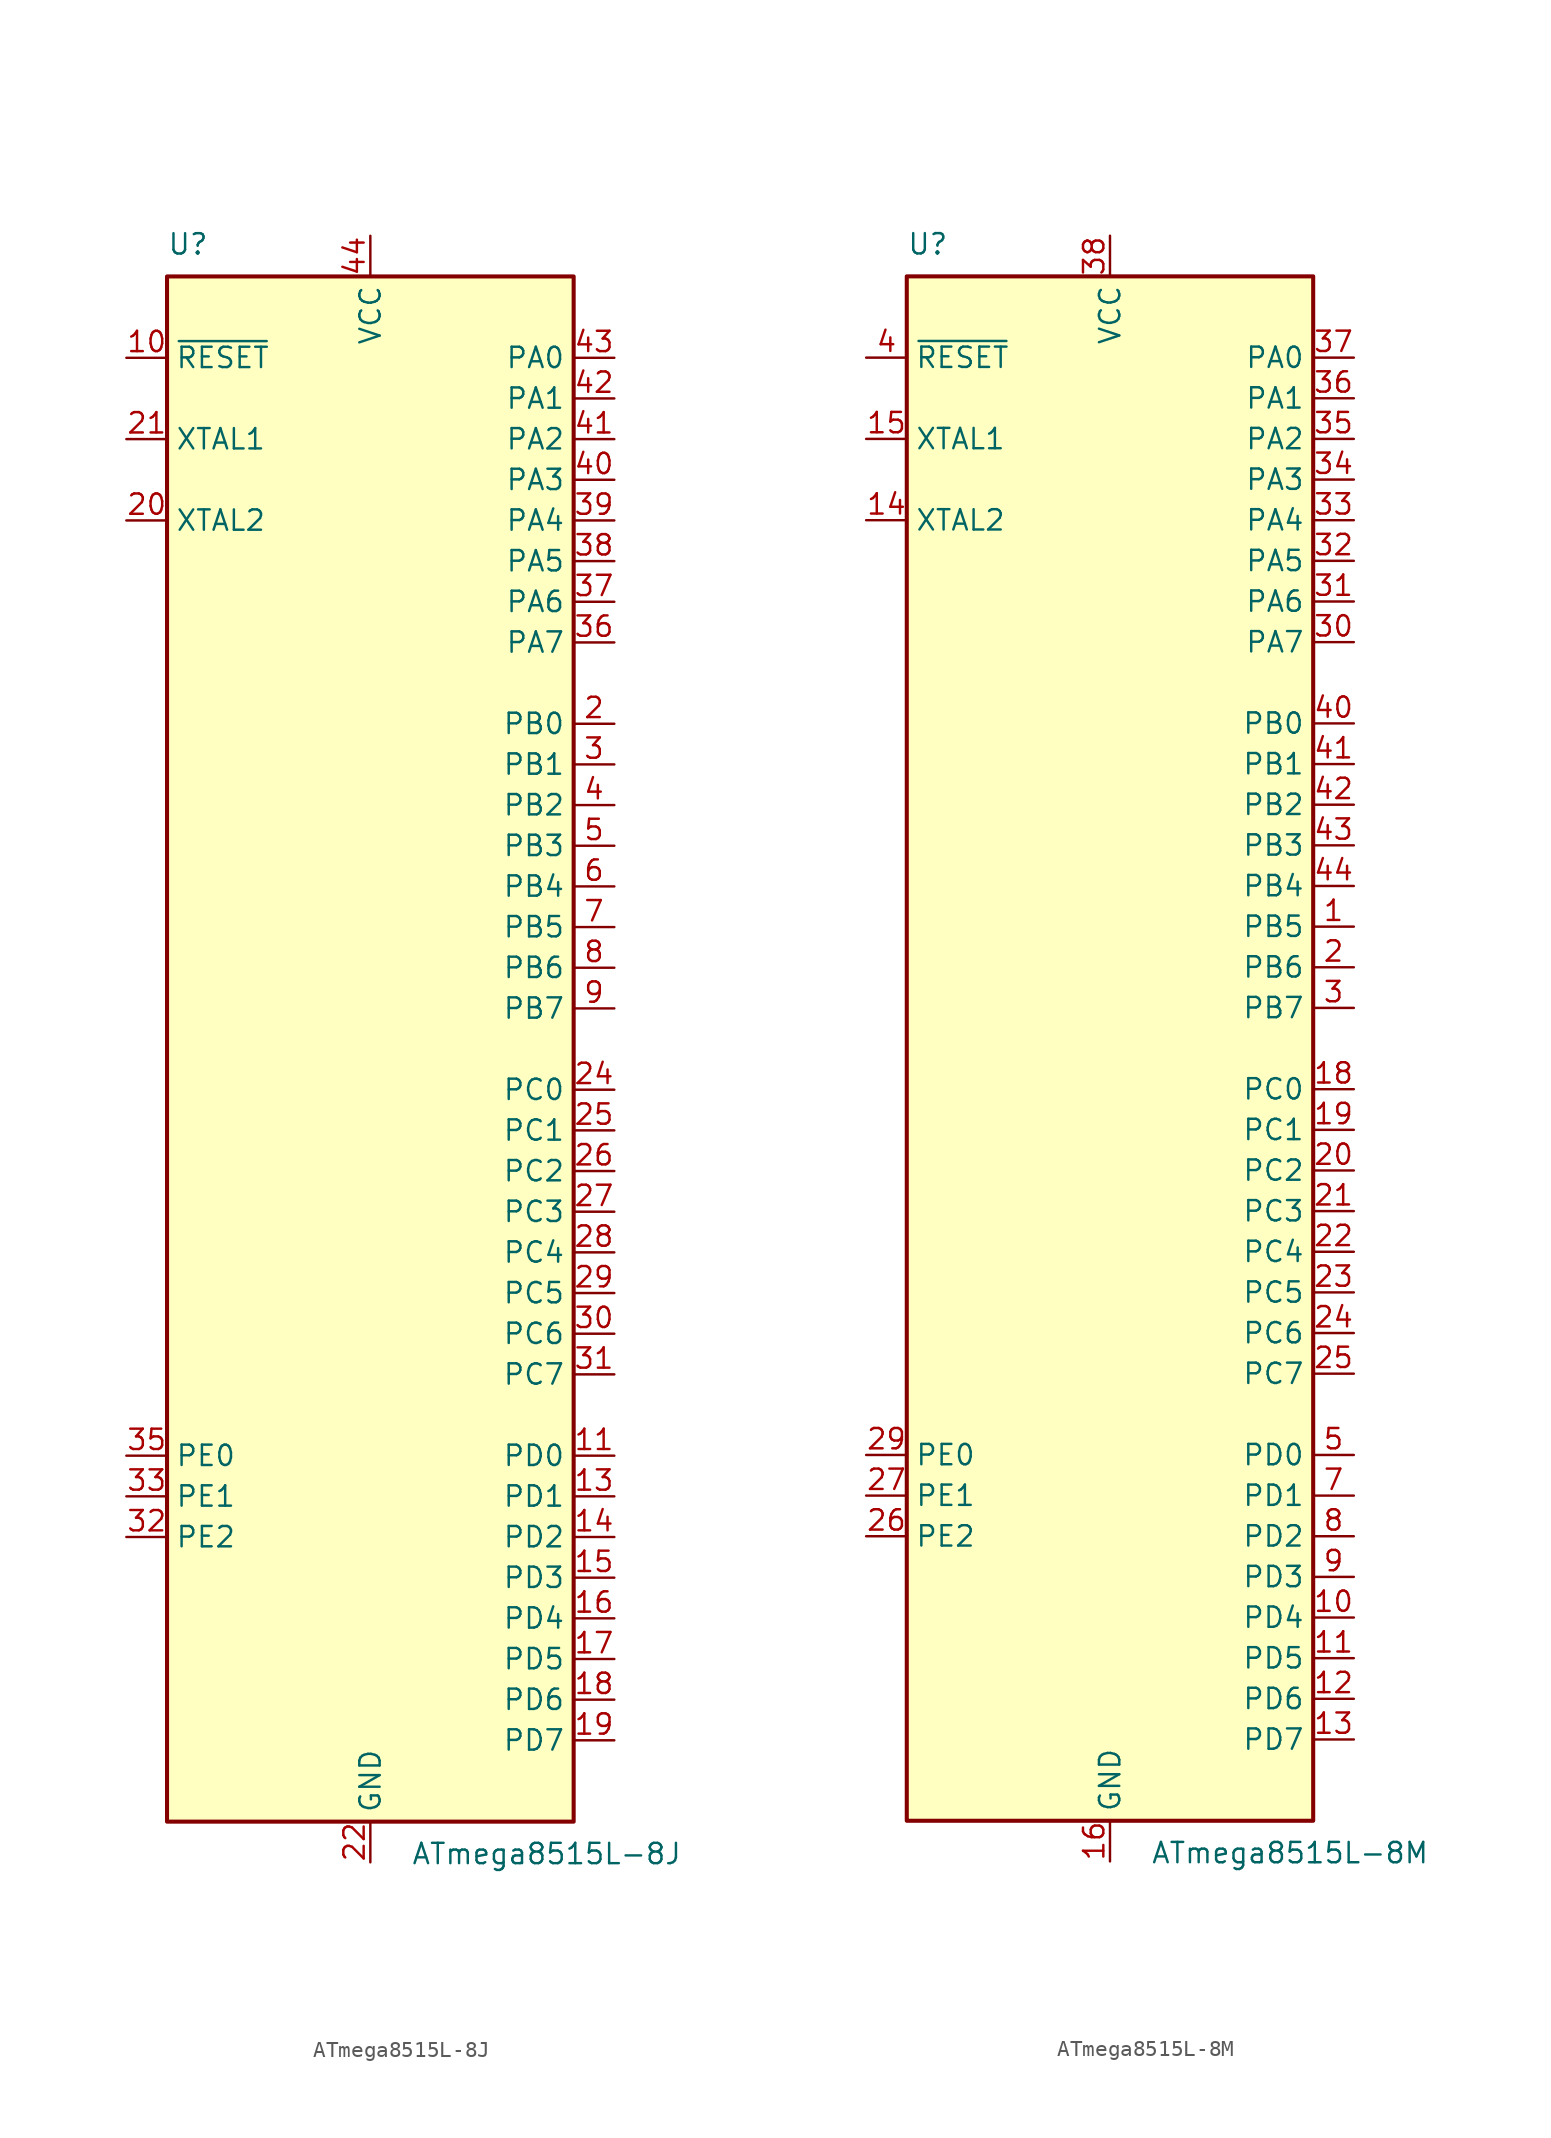
<source format=kicad_sym>
(kicad_symbol_lib
  (version 20211014)
  (generator kicad_symbol_editor)
  (symbol "ATmega8515L-8J"
    (property "Reference" "U"
      (at -12.7 49.53 0)
      (effects (font (size 1.27 1.27)) (justify left bottom)))
    (property "Value" "ATmega8515L-8J"
      (at 2.54 -49.53 0)
      (effects (font (size 1.27 1.27)) (justify left top)))
    (symbol "ATmega8515L-8J_0_1"
      (rectangle (start -12.7 -48.26) (end 12.7 48.26) (stroke (width 0.254) (type default) (color 0 0 0 0)) (fill (type background))))
    (symbol "ATmega8515L-8J_1_1"
      (pin no_connect line (at -12.7 -38.1 0) (length 2.54) hide (name "NC" (effects (font (size 1.27 1.27)))) (number "1" (effects (font (size 1.27 1.27)))))
      (pin input line (at -15.24 43.18 0) (length 2.54) (name "~{RESET}" (effects (font (size 1.27 1.27)))) (number "10" (effects (font (size 1.27 1.27)))))
      (pin bidirectional line (at 15.24 -25.4 180) (length 2.54) (name "PD0" (effects (font (size 1.27 1.27)))) (number "11" (effects (font (size 1.27 1.27)))))
      (pin no_connect line (at -12.7 -40.64 0) (length 2.54) hide (name "NC" (effects (font (size 1.27 1.27)))) (number "12" (effects (font (size 1.27 1.27)))))
      (pin bidirectional line (at 15.24 -27.94 180) (length 2.54) (name "PD1" (effects (font (size 1.27 1.27)))) (number "13" (effects (font (size 1.27 1.27)))))
      (pin bidirectional line (at 15.24 -30.48 180) (length 2.54) (name "PD2" (effects (font (size 1.27 1.27)))) (number "14" (effects (font (size 1.27 1.27)))))
      (pin bidirectional line (at 15.24 -33.02 180) (length 2.54) (name "PD3" (effects (font (size 1.27 1.27)))) (number "15" (effects (font (size 1.27 1.27)))))
      (pin bidirectional line (at 15.24 -35.56 180) (length 2.54) (name "PD4" (effects (font (size 1.27 1.27)))) (number "16" (effects (font (size 1.27 1.27)))))
      (pin bidirectional line (at 15.24 -38.1 180) (length 2.54) (name "PD5" (effects (font (size 1.27 1.27)))) (number "17" (effects (font (size 1.27 1.27)))))
      (pin bidirectional line (at 15.24 -40.64 180) (length 2.54) (name "PD6" (effects (font (size 1.27 1.27)))) (number "18" (effects (font (size 1.27 1.27)))))
      (pin bidirectional line (at 15.24 -43.18 180) (length 2.54) (name "PD7" (effects (font (size 1.27 1.27)))) (number "19" (effects (font (size 1.27 1.27)))))
      (pin bidirectional line (at 15.24 20.32 180) (length 2.54) (name "PB0" (effects (font (size 1.27 1.27)))) (number "2" (effects (font (size 1.27 1.27)))))
      (pin output line (at -15.24 33.02 0) (length 2.54) (name "XTAL2" (effects (font (size 1.27 1.27)))) (number "20" (effects (font (size 1.27 1.27)))))
      (pin input line (at -15.24 38.1 0) (length 2.54) (name "XTAL1" (effects (font (size 1.27 1.27)))) (number "21" (effects (font (size 1.27 1.27)))))
      (pin power_in line (at 0 -50.8 90) (length 2.54) (name "GND" (effects (font (size 1.27 1.27)))) (number "22" (effects (font (size 1.27 1.27)))))
      (pin no_connect line (at -12.7 -43.18 0) (length 2.54) hide (name "NC" (effects (font (size 1.27 1.27)))) (number "23" (effects (font (size 1.27 1.27)))))
      (pin bidirectional line (at 15.24 -2.54 180) (length 2.54) (name "PC0" (effects (font (size 1.27 1.27)))) (number "24" (effects (font (size 1.27 1.27)))))
      (pin bidirectional line (at 15.24 -5.08 180) (length 2.54) (name "PC1" (effects (font (size 1.27 1.27)))) (number "25" (effects (font (size 1.27 1.27)))))
      (pin bidirectional line (at 15.24 -7.62 180) (length 2.54) (name "PC2" (effects (font (size 1.27 1.27)))) (number "26" (effects (font (size 1.27 1.27)))))
      (pin bidirectional line (at 15.24 -10.16 180) (length 2.54) (name "PC3" (effects (font (size 1.27 1.27)))) (number "27" (effects (font (size 1.27 1.27)))))
      (pin bidirectional line (at 15.24 -12.7 180) (length 2.54) (name "PC4" (effects (font (size 1.27 1.27)))) (number "28" (effects (font (size 1.27 1.27)))))
      (pin bidirectional line (at 15.24 -15.24 180) (length 2.54) (name "PC5" (effects (font (size 1.27 1.27)))) (number "29" (effects (font (size 1.27 1.27)))))
      (pin bidirectional line (at 15.24 17.78 180) (length 2.54) (name "PB1" (effects (font (size 1.27 1.27)))) (number "3" (effects (font (size 1.27 1.27)))))
      (pin bidirectional line (at 15.24 -17.78 180) (length 2.54) (name "PC6" (effects (font (size 1.27 1.27)))) (number "30" (effects (font (size 1.27 1.27)))))
      (pin bidirectional line (at 15.24 -20.32 180) (length 2.54) (name "PC7" (effects (font (size 1.27 1.27)))) (number "31" (effects (font (size 1.27 1.27)))))
      (pin bidirectional line (at -15.24 -30.48 0) (length 2.54) (name "PE2" (effects (font (size 1.27 1.27)))) (number "32" (effects (font (size 1.27 1.27)))))
      (pin bidirectional line (at -15.24 -27.94 0) (length 2.54) (name "PE1" (effects (font (size 1.27 1.27)))) (number "33" (effects (font (size 1.27 1.27)))))
      (pin no_connect line (at -12.7 -45.72 0) (length 2.54) hide (name "NC" (effects (font (size 1.27 1.27)))) (number "34" (effects (font (size 1.27 1.27)))))
      (pin bidirectional line (at -15.24 -25.4 0) (length 2.54) (name "PE0" (effects (font (size 1.27 1.27)))) (number "35" (effects (font (size 1.27 1.27)))))
      (pin bidirectional line (at 15.24 25.4 180) (length 2.54) (name "PA7" (effects (font (size 1.27 1.27)))) (number "36" (effects (font (size 1.27 1.27)))))
      (pin bidirectional line (at 15.24 27.94 180) (length 2.54) (name "PA6" (effects (font (size 1.27 1.27)))) (number "37" (effects (font (size 1.27 1.27)))))
      (pin bidirectional line (at 15.24 30.48 180) (length 2.54) (name "PA5" (effects (font (size 1.27 1.27)))) (number "38" (effects (font (size 1.27 1.27)))))
      (pin bidirectional line (at 15.24 33.02 180) (length 2.54) (name "PA4" (effects (font (size 1.27 1.27)))) (number "39" (effects (font (size 1.27 1.27)))))
      (pin bidirectional line (at 15.24 15.24 180) (length 2.54) (name "PB2" (effects (font (size 1.27 1.27)))) (number "4" (effects (font (size 1.27 1.27)))))
      (pin bidirectional line (at 15.24 35.56 180) (length 2.54) (name "PA3" (effects (font (size 1.27 1.27)))) (number "40" (effects (font (size 1.27 1.27)))))
      (pin bidirectional line (at 15.24 38.1 180) (length 2.54) (name "PA2" (effects (font (size 1.27 1.27)))) (number "41" (effects (font (size 1.27 1.27)))))
      (pin bidirectional line (at 15.24 40.64 180) (length 2.54) (name "PA1" (effects (font (size 1.27 1.27)))) (number "42" (effects (font (size 1.27 1.27)))))
      (pin bidirectional line (at 15.24 43.18 180) (length 2.54) (name "PA0" (effects (font (size 1.27 1.27)))) (number "43" (effects (font (size 1.27 1.27)))))
      (pin power_in line (at 0 50.8 270) (length 2.54) (name "VCC" (effects (font (size 1.27 1.27)))) (number "44" (effects (font (size 1.27 1.27)))))
      (pin bidirectional line (at 15.24 12.7 180) (length 2.54) (name "PB3" (effects (font (size 1.27 1.27)))) (number "5" (effects (font (size 1.27 1.27)))))
      (pin bidirectional line (at 15.24 10.16 180) (length 2.54) (name "PB4" (effects (font (size 1.27 1.27)))) (number "6" (effects (font (size 1.27 1.27)))))
      (pin bidirectional line (at 15.24 7.62 180) (length 2.54) (name "PB5" (effects (font (size 1.27 1.27)))) (number "7" (effects (font (size 1.27 1.27)))))
      (pin bidirectional line (at 15.24 5.08 180) (length 2.54) (name "PB6" (effects (font (size 1.27 1.27)))) (number "8" (effects (font (size 1.27 1.27)))))
      (pin bidirectional line (at 15.24 2.54 180) (length 2.54) (name "PB7" (effects (font (size 1.27 1.27)))) (number "9" (effects (font (size 1.27 1.27)))))))
  (symbol "ATmega8515L-8M"
    (property "Reference" "U"
      (at -12.7 49.53 0)
      (effects (font (size 1.27 1.27)) (justify left bottom)))
    (property "Value" "ATmega8515L-8M"
      (at 2.54 -49.53 0)
      (effects (font (size 1.27 1.27)) (justify left top)))
    (symbol "ATmega8515L-8M_0_1"
      (rectangle (start -12.7 -48.26) (end 12.7 48.26) (stroke (width 0.254) (type default) (color 0 0 0 0)) (fill (type background))))
    (symbol "ATmega8515L-8M_1_1"
      (pin bidirectional line (at 15.24 7.62 180) (length 2.54) (name "PB5" (effects (font (size 1.27 1.27)))) (number "1" (effects (font (size 1.27 1.27)))))
      (pin bidirectional line (at 15.24 -35.56 180) (length 2.54) (name "PD4" (effects (font (size 1.27 1.27)))) (number "10" (effects (font (size 1.27 1.27)))))
      (pin bidirectional line (at 15.24 -38.1 180) (length 2.54) (name "PD5" (effects (font (size 1.27 1.27)))) (number "11" (effects (font (size 1.27 1.27)))))
      (pin bidirectional line (at 15.24 -40.64 180) (length 2.54) (name "PD6" (effects (font (size 1.27 1.27)))) (number "12" (effects (font (size 1.27 1.27)))))
      (pin bidirectional line (at 15.24 -43.18 180) (length 2.54) (name "PD7" (effects (font (size 1.27 1.27)))) (number "13" (effects (font (size 1.27 1.27)))))
      (pin output line (at -15.24 33.02 0) (length 2.54) (name "XTAL2" (effects (font (size 1.27 1.27)))) (number "14" (effects (font (size 1.27 1.27)))))
      (pin input line (at -15.24 38.1 0) (length 2.54) (name "XTAL1" (effects (font (size 1.27 1.27)))) (number "15" (effects (font (size 1.27 1.27)))))
      (pin power_in line (at 0 -50.8 90) (length 2.54) (name "GND" (effects (font (size 1.27 1.27)))) (number "16" (effects (font (size 1.27 1.27)))))
      (pin no_connect line (at -12.7 -40.64 0) (length 2.54) hide (name "NC" (effects (font (size 1.27 1.27)))) (number "17" (effects (font (size 1.27 1.27)))))
      (pin bidirectional line (at 15.24 -2.54 180) (length 2.54) (name "PC0" (effects (font (size 1.27 1.27)))) (number "18" (effects (font (size 1.27 1.27)))))
      (pin bidirectional line (at 15.24 -5.08 180) (length 2.54) (name "PC1" (effects (font (size 1.27 1.27)))) (number "19" (effects (font (size 1.27 1.27)))))
      (pin bidirectional line (at 15.24 5.08 180) (length 2.54) (name "PB6" (effects (font (size 1.27 1.27)))) (number "2" (effects (font (size 1.27 1.27)))))
      (pin bidirectional line (at 15.24 -7.62 180) (length 2.54) (name "PC2" (effects (font (size 1.27 1.27)))) (number "20" (effects (font (size 1.27 1.27)))))
      (pin bidirectional line (at 15.24 -10.16 180) (length 2.54) (name "PC3" (effects (font (size 1.27 1.27)))) (number "21" (effects (font (size 1.27 1.27)))))
      (pin bidirectional line (at 15.24 -12.7 180) (length 2.54) (name "PC4" (effects (font (size 1.27 1.27)))) (number "22" (effects (font (size 1.27 1.27)))))
      (pin bidirectional line (at 15.24 -15.24 180) (length 2.54) (name "PC5" (effects (font (size 1.27 1.27)))) (number "23" (effects (font (size 1.27 1.27)))))
      (pin bidirectional line (at 15.24 -17.78 180) (length 2.54) (name "PC6" (effects (font (size 1.27 1.27)))) (number "24" (effects (font (size 1.27 1.27)))))
      (pin bidirectional line (at 15.24 -20.32 180) (length 2.54) (name "PC7" (effects (font (size 1.27 1.27)))) (number "25" (effects (font (size 1.27 1.27)))))
      (pin bidirectional line (at -15.24 -30.48 0) (length 2.54) (name "PE2" (effects (font (size 1.27 1.27)))) (number "26" (effects (font (size 1.27 1.27)))))
      (pin bidirectional line (at -15.24 -27.94 0) (length 2.54) (name "PE1" (effects (font (size 1.27 1.27)))) (number "27" (effects (font (size 1.27 1.27)))))
      (pin no_connect line (at -12.7 -43.18 0) (length 2.54) hide (name "NC" (effects (font (size 1.27 1.27)))) (number "28" (effects (font (size 1.27 1.27)))))
      (pin bidirectional line (at -15.24 -25.4 0) (length 2.54) (name "PE0" (effects (font (size 1.27 1.27)))) (number "29" (effects (font (size 1.27 1.27)))))
      (pin bidirectional line (at 15.24 2.54 180) (length 2.54) (name "PB7" (effects (font (size 1.27 1.27)))) (number "3" (effects (font (size 1.27 1.27)))))
      (pin bidirectional line (at 15.24 25.4 180) (length 2.54) (name "PA7" (effects (font (size 1.27 1.27)))) (number "30" (effects (font (size 1.27 1.27)))))
      (pin bidirectional line (at 15.24 27.94 180) (length 2.54) (name "PA6" (effects (font (size 1.27 1.27)))) (number "31" (effects (font (size 1.27 1.27)))))
      (pin bidirectional line (at 15.24 30.48 180) (length 2.54) (name "PA5" (effects (font (size 1.27 1.27)))) (number "32" (effects (font (size 1.27 1.27)))))
      (pin bidirectional line (at 15.24 33.02 180) (length 2.54) (name "PA4" (effects (font (size 1.27 1.27)))) (number "33" (effects (font (size 1.27 1.27)))))
      (pin bidirectional line (at 15.24 35.56 180) (length 2.54) (name "PA3" (effects (font (size 1.27 1.27)))) (number "34" (effects (font (size 1.27 1.27)))))
      (pin bidirectional line (at 15.24 38.1 180) (length 2.54) (name "PA2" (effects (font (size 1.27 1.27)))) (number "35" (effects (font (size 1.27 1.27)))))
      (pin bidirectional line (at 15.24 40.64 180) (length 2.54) (name "PA1" (effects (font (size 1.27 1.27)))) (number "36" (effects (font (size 1.27 1.27)))))
      (pin bidirectional line (at 15.24 43.18 180) (length 2.54) (name "PA0" (effects (font (size 1.27 1.27)))) (number "37" (effects (font (size 1.27 1.27)))))
      (pin power_in line (at 0 50.8 270) (length 2.54) (name "VCC" (effects (font (size 1.27 1.27)))) (number "38" (effects (font (size 1.27 1.27)))))
      (pin no_connect line (at -12.7 -45.72 0) (length 2.54) hide (name "NC" (effects (font (size 1.27 1.27)))) (number "39" (effects (font (size 1.27 1.27)))))
      (pin input line (at -15.24 43.18 0) (length 2.54) (name "~{RESET}" (effects (font (size 1.27 1.27)))) (number "4" (effects (font (size 1.27 1.27)))))
      (pin bidirectional line (at 15.24 20.32 180) (length 2.54) (name "PB0" (effects (font (size 1.27 1.27)))) (number "40" (effects (font (size 1.27 1.27)))))
      (pin bidirectional line (at 15.24 17.78 180) (length 2.54) (name "PB1" (effects (font (size 1.27 1.27)))) (number "41" (effects (font (size 1.27 1.27)))))
      (pin bidirectional line (at 15.24 15.24 180) (length 2.54) (name "PB2" (effects (font (size 1.27 1.27)))) (number "42" (effects (font (size 1.27 1.27)))))
      (pin bidirectional line (at 15.24 12.7 180) (length 2.54) (name "PB3" (effects (font (size 1.27 1.27)))) (number "43" (effects (font (size 1.27 1.27)))))
      (pin bidirectional line (at 15.24 10.16 180) (length 2.54) (name "PB4" (effects (font (size 1.27 1.27)))) (number "44" (effects (font (size 1.27 1.27)))))
      (pin passive line (at 0 -50.8 90) (length 2.54) hide (name "GND" (effects (font (size 1.27 1.27)))) (number "45" (effects (font (size 1.27 1.27)))))
      (pin bidirectional line (at 15.24 -25.4 180) (length 2.54) (name "PD0" (effects (font (size 1.27 1.27)))) (number "5" (effects (font (size 1.27 1.27)))))
      (pin no_connect line (at -12.7 -38.1 0) (length 2.54) hide (name "NC" (effects (font (size 1.27 1.27)))) (number "6" (effects (font (size 1.27 1.27)))))
      (pin bidirectional line (at 15.24 -27.94 180) (length 2.54) (name "PD1" (effects (font (size 1.27 1.27)))) (number "7" (effects (font (size 1.27 1.27)))))
      (pin bidirectional line (at 15.24 -30.48 180) (length 2.54) (name "PD2" (effects (font (size 1.27 1.27)))) (number "8" (effects (font (size 1.27 1.27)))))
      (pin bidirectional line (at 15.24 -33.02 180) (length 2.54) (name "PD3" (effects (font (size 1.27 1.27)))) (number "9" (effects (font (size 1.27 1.27))))))))
</source>
